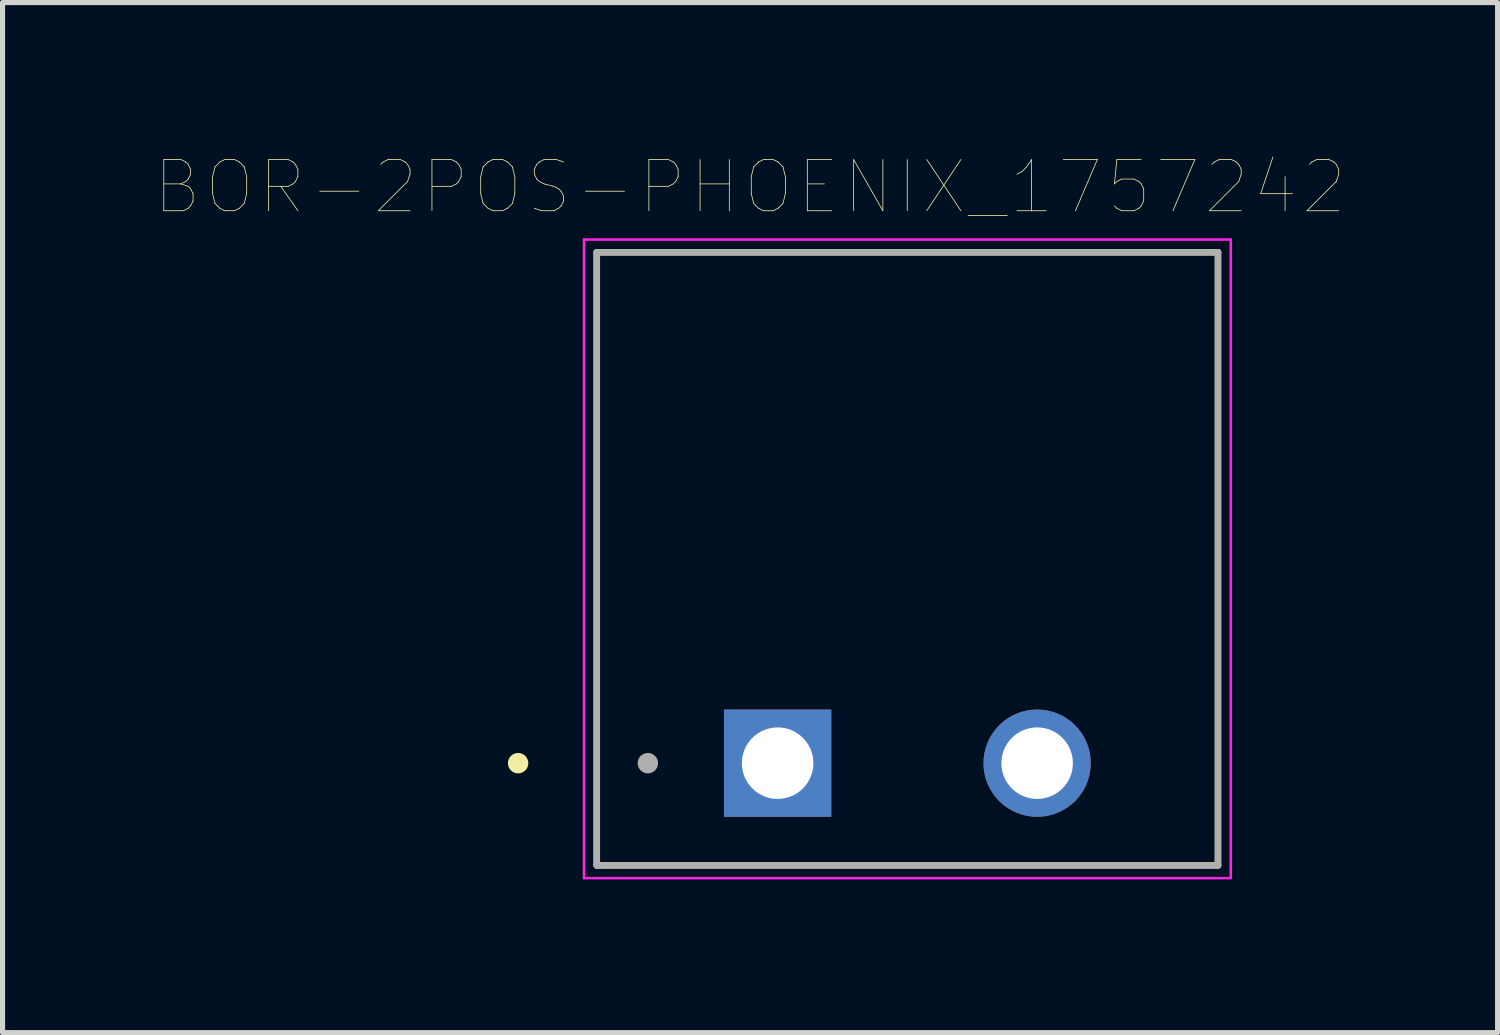
<source format=kicad_pcb>
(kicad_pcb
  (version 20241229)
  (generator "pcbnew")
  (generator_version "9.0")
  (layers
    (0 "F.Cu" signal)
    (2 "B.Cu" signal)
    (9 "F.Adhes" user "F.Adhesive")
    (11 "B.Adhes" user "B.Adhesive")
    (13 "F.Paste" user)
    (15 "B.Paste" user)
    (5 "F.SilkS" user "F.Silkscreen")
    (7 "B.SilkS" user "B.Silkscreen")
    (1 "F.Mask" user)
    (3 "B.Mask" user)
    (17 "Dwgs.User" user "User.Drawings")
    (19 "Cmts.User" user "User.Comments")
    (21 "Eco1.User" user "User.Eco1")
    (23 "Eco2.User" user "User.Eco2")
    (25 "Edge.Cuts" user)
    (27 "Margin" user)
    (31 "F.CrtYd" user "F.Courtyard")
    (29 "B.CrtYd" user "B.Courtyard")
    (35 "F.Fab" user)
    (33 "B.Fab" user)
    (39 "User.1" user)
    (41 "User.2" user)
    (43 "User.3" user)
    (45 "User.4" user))
  (footprint "BOR-2POS-PHOENIX_1757242"
    (layer "F.Cu")
    (at 14.712 7.889)
    (property "Reference" "BOR-2POS-PHOENIX_1757242" (at -3.08 -7.277 0) (layer "F.SilkS") (effects (font (size 1.002 1.002) (thickness 0.015))))
    (attr through_hole)
    (fp_line (start -6.08 -6) (end 6.08 -6) (stroke (width 0.127) (type solid)) (layer "F.SilkS"))
    (fp_line (start -6.08 6) (end -6.08 -6) (stroke (width 0.127) (type solid)) (layer "F.SilkS"))
    (fp_line (start 6.08 -6) (end 6.08 6) (stroke (width 0.127) (type solid)) (layer "F.SilkS"))
    (fp_line (start 6.08 6) (end -6.08 6) (stroke (width 0.127) (type solid)) (layer "F.SilkS"))
    (fp_circle (center -7.62 4) (end -7.52 4) (stroke (width 0.2) (type solid)) (fill no) (layer "F.SilkS"))
    (fp_line (start -6.33 -6.25) (end 6.33 -6.25) (stroke (width 0.05) (type solid)) (layer "F.CrtYd"))
    (fp_line (start -6.33 6.25) (end -6.33 -6.25) (stroke (width 0.05) (type solid)) (layer "F.CrtYd"))
    (fp_line (start 6.33 -6.25) (end 6.33 6.25) (stroke (width 0.05) (type solid)) (layer "F.CrtYd"))
    (fp_line (start 6.33 6.25) (end -6.33 6.25) (stroke (width 0.05) (type solid)) (layer "F.CrtYd"))
    (fp_line (start -6.08 -6) (end 6.08 -6) (stroke (width 0.127) (type solid)) (layer "F.Fab"))
    (fp_line (start -6.08 6) (end -6.08 -6) (stroke (width 0.127) (type solid)) (layer "F.Fab"))
    (fp_line (start 6.08 -6) (end 6.08 6) (stroke (width 0.127) (type solid)) (layer "F.Fab"))
    (fp_line (start 6.08 6) (end -6.08 6) (stroke (width 0.127) (type solid)) (layer "F.Fab"))
    (fp_circle (center -5.08 4) (end -4.98 4) (stroke (width 0.2) (type solid)) (fill no) (layer "F.Fab"))
    (pad "1" thru_hole rect (at -2.54 4) (size 2.1 2.1) (drill 1.4) (layers "*.Cu" "*.Mask"))
    (pad "2" thru_hole circle (at 2.54 4) (size 2.1 2.1) (drill 1.4) (layers "*.Cu" "*.Mask")))
  (gr_rect
    (start -3 -3)
    (end 26.265 17.164)
    (stroke (width 0.1) (type default))
    (fill no)
    (layer "Edge.Cuts")))
</source>
